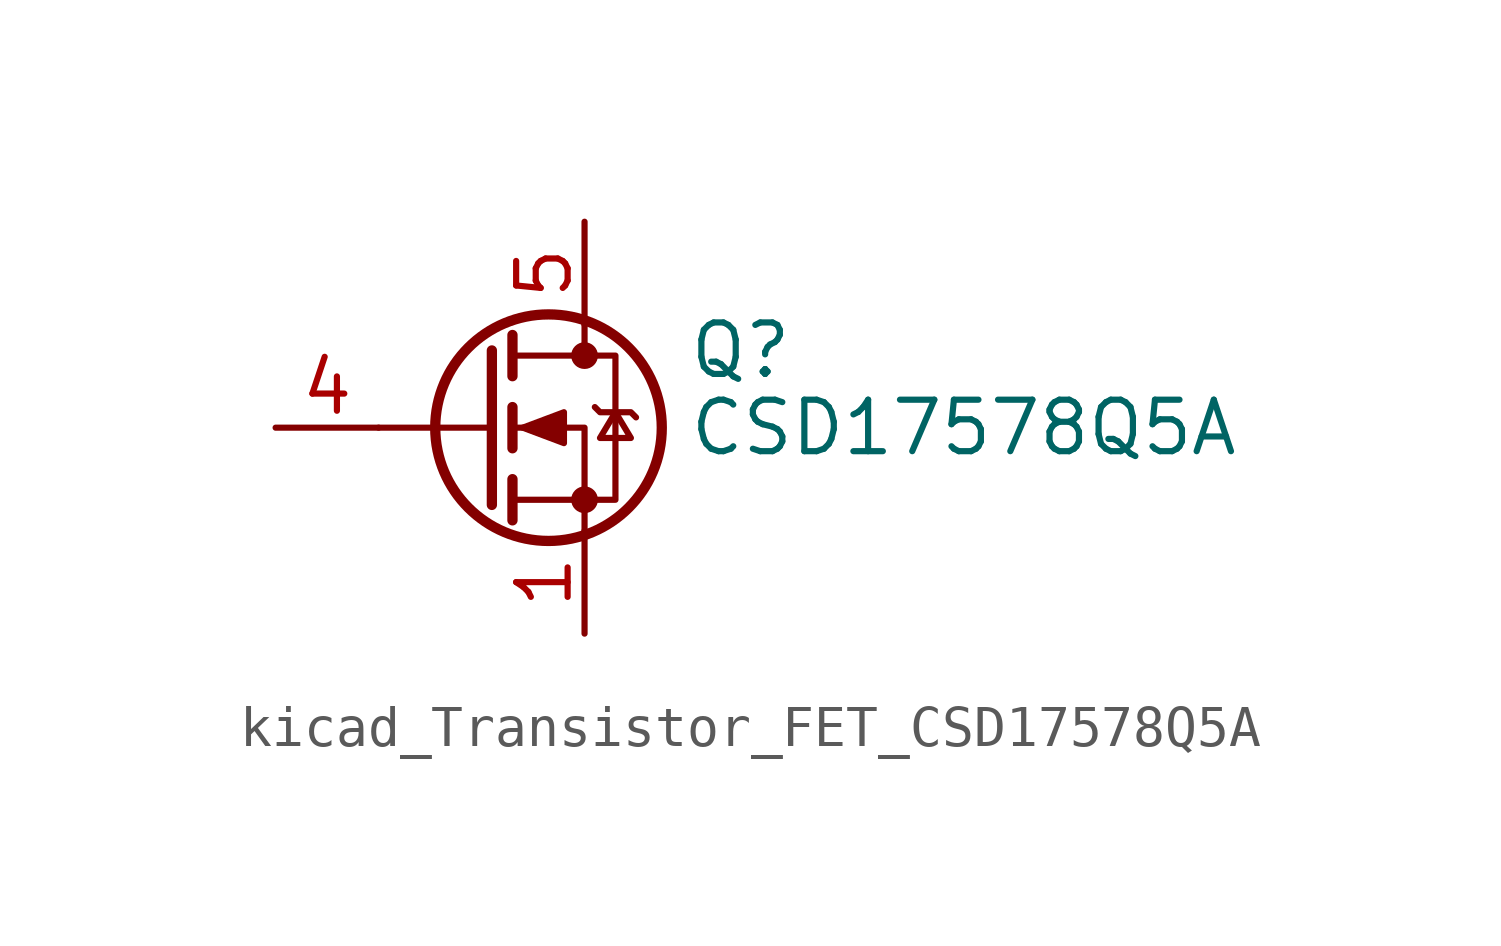
<source format=kicad_sym>
(kicad_symbol_lib
  (version 20220914)
  (generator kicad_symbol_editor)
  (symbol "kicad_Transistor_FET_CSD17578Q5A"
    (pin_names hide)
    (property "Reference" "Q"
      (at 5.08 1.905 0)
      (effects (font (size 1.27 1.27)) (justify left)))
    (property "Value" "CSD17578Q5A"
      (at 5.08 0 0)
      (effects (font (size 1.27 1.27)) (justify left)))
    (symbol "kicad_Transistor_FET_CSD17578Q5A_0_1"
      (polyline (pts (xy 0.254 0) (xy -2.54 0)) (stroke (width 0) (type default)) (fill (type none)))
      (polyline (pts (xy 0.254 1.905) (xy 0.254 -1.905)) (stroke (width 0.254) (type default)) (fill (type none)))
      (polyline (pts (xy 0.762 -1.27) (xy 0.762 -2.286)) (stroke (width 0.254) (type default)) (fill (type none)))
      (polyline (pts (xy 0.762 0.508) (xy 0.762 -0.508)) (stroke (width 0.254) (type default)) (fill (type none)))
      (polyline (pts (xy 0.762 2.286) (xy 0.762 1.27)) (stroke (width 0.254) (type default)) (fill (type none)))
      (polyline (pts (xy 2.54 2.54) (xy 2.54 1.778)) (stroke (width 0) (type default)) (fill (type none)))
      (polyline (pts (xy 2.54 -2.54) (xy 2.54 0) (xy 0.762 0)) (stroke (width 0) (type default)) (fill (type none)))
      (polyline (pts (xy 0.762 -1.778) (xy 3.302 -1.778) (xy 3.302 1.778) (xy 0.762 1.778)) (stroke (width 0) (type default)) (fill (type none)))
      (polyline (pts (xy 1.016 0) (xy 2.032 0.381) (xy 2.032 -0.381) (xy 1.016 0)) (stroke (width 0) (type default)) (fill (type outline)))
      (polyline (pts (xy 2.794 0.508) (xy 2.921 0.381) (xy 3.683 0.381) (xy 3.81 0.254)) (stroke (width 0) (type default)) (fill (type none)))
      (polyline (pts (xy 3.302 0.381) (xy 2.921 -0.254) (xy 3.683 -0.254) (xy 3.302 0.381)) (stroke (width 0) (type default)) (fill (type none)))
      (circle (center 1.651 0) (radius 2.794) (stroke (width 0.254) (type default)) (fill (type none)))
      (circle (center 2.54 -1.778) (radius 0.254) (stroke (width 0) (type default)) (fill (type outline)))
      (circle (center 2.54 1.778) (radius 0.254) (stroke (width 0) (type default)) (fill (type outline))))
    (symbol "kicad_Transistor_FET_CSD17578Q5A_1_1"
      (pin passive line (at 2.54 -5.08 90) (length 2.54) (name "S" (effects (font (size 1.27 1.27)))) (number "1" (effects (font (size 1.27 1.27)))))
      (pin passive line (at 2.54 -5.08 90) (length 2.54) hide (name "S" (effects (font (size 1.27 1.27)))) (number "2" (effects (font (size 1.27 1.27)))))
      (pin passive line (at 2.54 -5.08 90) (length 2.54) hide (name "S" (effects (font (size 1.27 1.27)))) (number "3" (effects (font (size 1.27 1.27)))))
      (pin passive line (at -5.08 0 0) (length 2.54) (name "G" (effects (font (size 1.27 1.27)))) (number "4" (effects (font (size 1.27 1.27)))))
      (pin passive line (at 2.54 5.08 270) (length 2.54) (name "D" (effects (font (size 1.27 1.27)))) (number "5" (effects (font (size 1.27 1.27))))))))
</source>
